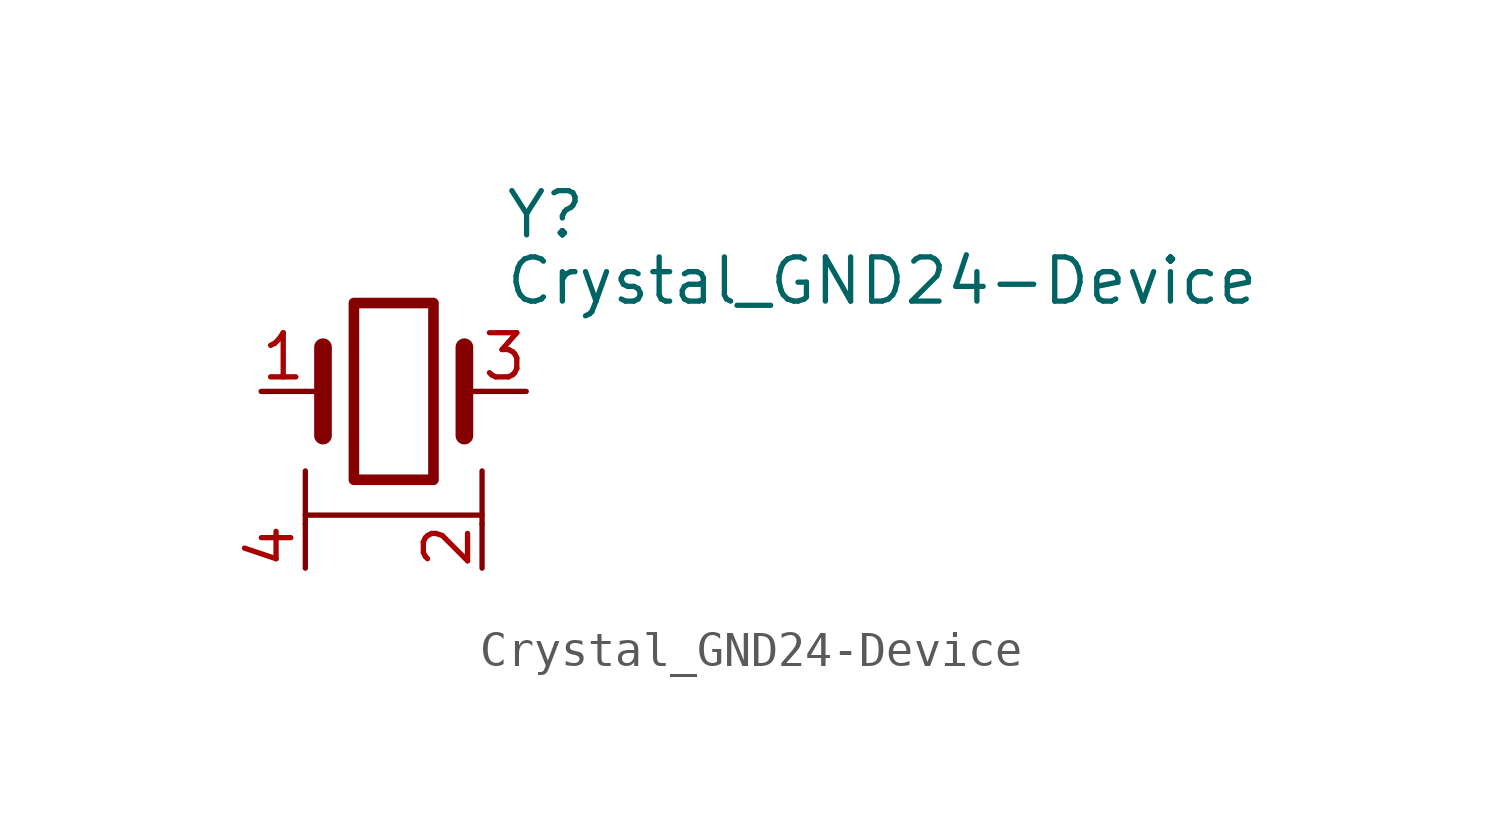
<source format=kicad_sym>
(kicad_symbol_lib
  (version 20211014)
  (generator kicad_symbol_editor)
  (symbol "Crystal_GND24-Device"
    (pin_names
      (offset 1.016) hide)
    (property "Reference" "Y"
      (at 3.175 5.08 0)
      (effects (font (size 1.27 1.27)) (justify left)))
    (property "Value" "Crystal_GND24-Device"
      (at 3.175 3.175 0)
      (effects (font (size 1.27 1.27)) (justify left)))
    (symbol "Crystal_GND24-Device_0_1"
      (rectangle (start -1.143 2.54) (end 1.143 -2.54) (stroke (width 0.305) (type default) (color 0 0 0 0)) (fill (type none)))
      (polyline (pts (xy -2.54 -3.81) (xy -2.54 -3.556)) (stroke (width 0) (type default) (color 0 0 0 0)) (fill (type none)))
      (polyline (pts (xy -2.54 0) (xy -2.032 0)) (stroke (width 0) (type default) (color 0 0 0 0)) (fill (type none)))
      (polyline (pts (xy -2.032 -1.27) (xy -2.032 1.27)) (stroke (width 0.508) (type default) (color 0 0 0 0)) (fill (type none)))
      (polyline (pts (xy 2.032 -1.27) (xy 2.032 1.27)) (stroke (width 0.508) (type default) (color 0 0 0 0)) (fill (type none)))
      (polyline (pts (xy 2.032 0) (xy 2.54 0)) (stroke (width 0) (type default) (color 0 0 0 0)) (fill (type none)))
      (polyline (pts (xy -2.54 -2.286) (xy -2.54 -3.556) (xy 2.54 -3.556) (xy 2.54 -2.286)) (stroke (width 0) (type default) (color 0 0 0 0)) (fill (type none))))
    (symbol "Crystal_GND24-Device_1_1"
      (polyline (pts (xy 2.54 -3.81) (xy 2.54 -3.556)) (stroke (width 0) (type default) (color 0 0 0 0)) (fill (type none)))
      (pin passive line (at -3.81 0 0) (length 1.27) (name "1" (effects (font (size 1.27 1.27)))) (number "1" (effects (font (size 1.27 1.27)))))
      (pin passive line (at 2.54 -5.08 90) (length 1.27) (name "~" (effects (font (size 1.27 1.27)))) (number "2" (effects (font (size 1.27 1.27)))))
      (pin passive line (at 3.81 0 180) (length 1.27) (name "3" (effects (font (size 1.27 1.27)))) (number "3" (effects (font (size 1.27 1.27)))))
      (pin passive line (at -2.54 -5.08 90) (length 1.27) (name "4" (effects (font (size 1.27 1.27)))) (number "4" (effects (font (size 1.27 1.27))))))))
</source>
